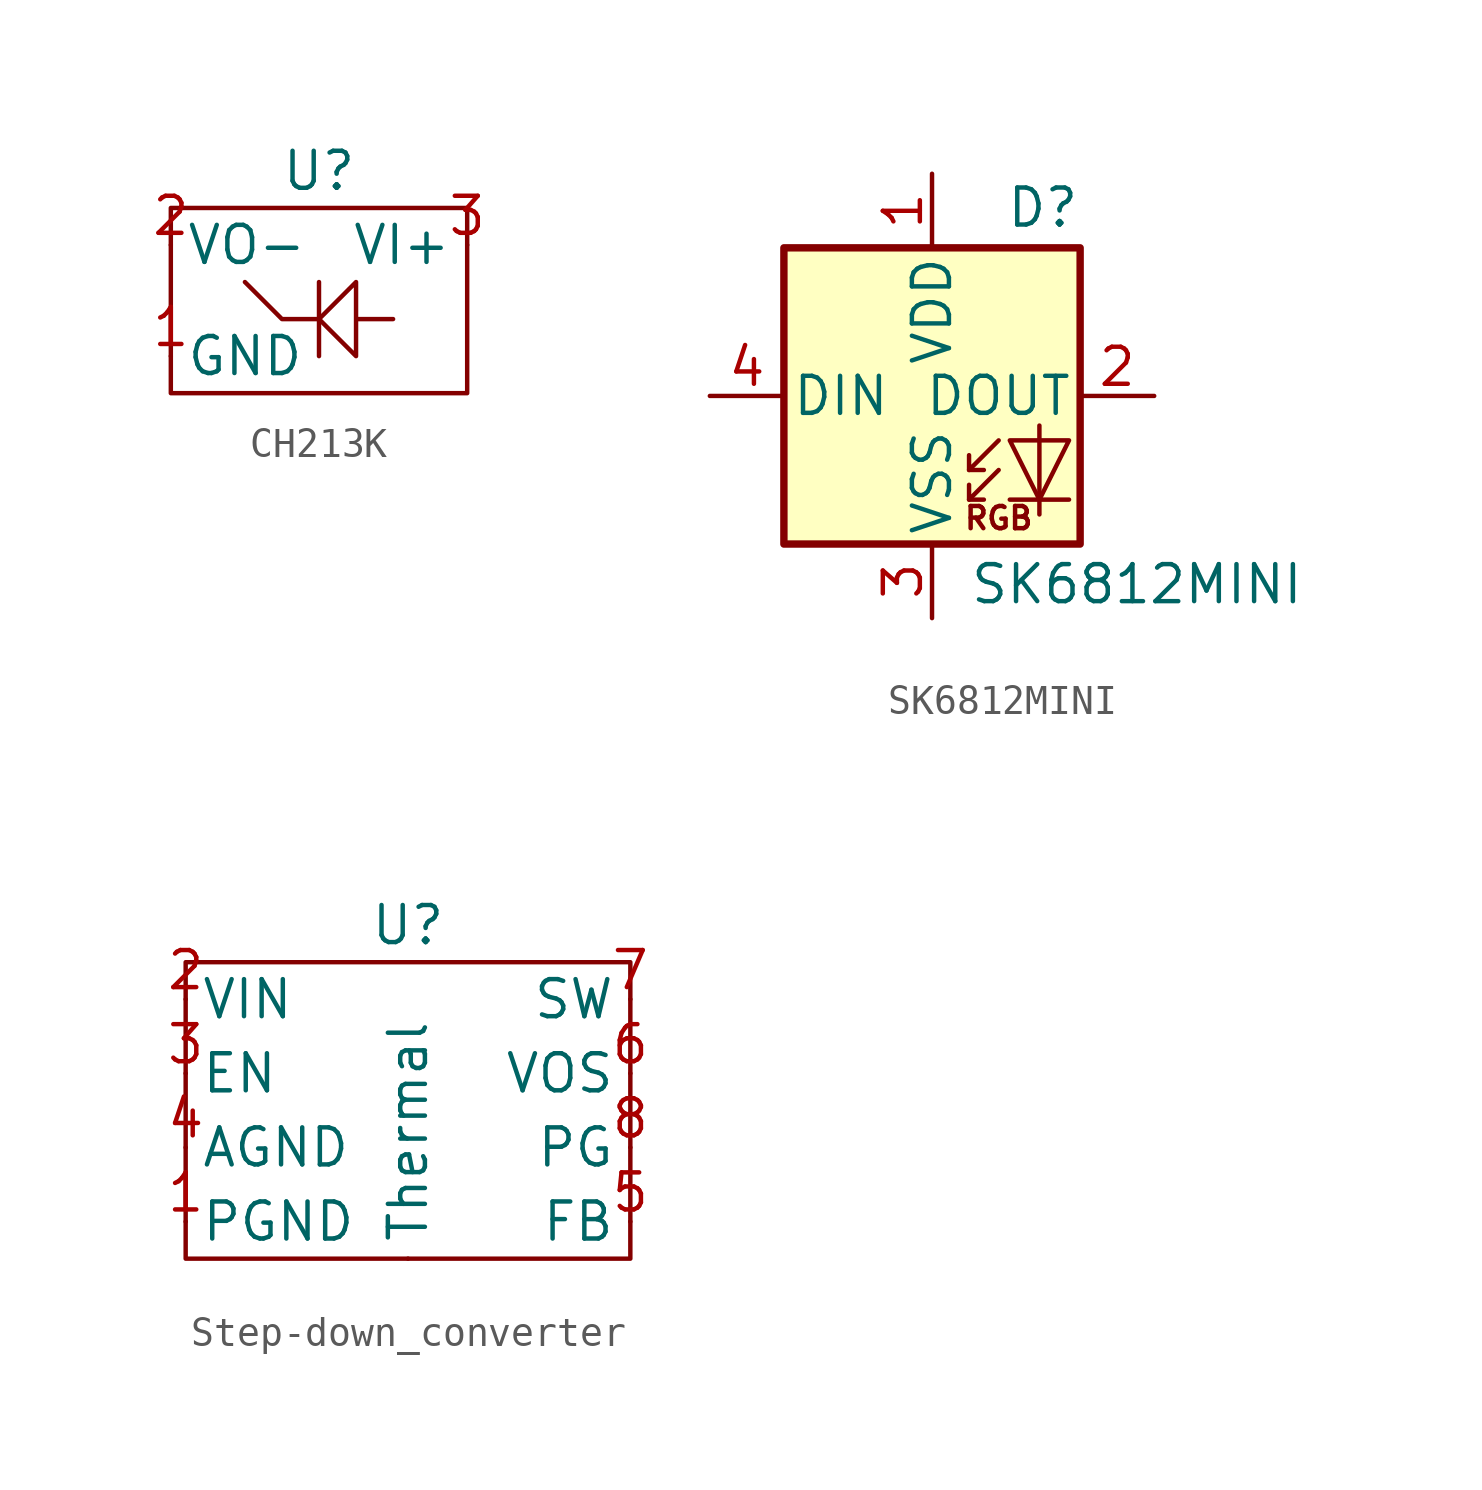
<source format=kicad_sym>
(kicad_symbol_lib
  (version 20231120)
  (generator "kicad_symbol_editor")
  (generator_version "8.0")
  (symbol "CH213K"
    (property "Reference" "U"
      (at 0 3.81 0)
      (effects (font (size 1.27 1.27))))
    (property "Value" ""
      (at 0 3.81 0)
      (effects (font (size 1.27 1.27))))
    (symbol "CH213K_0_1"
      (rectangle (start -5.08 2.54) (end 5.08 -3.81) (stroke (width 0) (type default)) (fill (type none)))
      (polyline (pts (xy 0 0) (xy 0 -2.54)) (stroke (width 0) (type default)) (fill (type none)))
      (polyline (pts (xy 0 -1.27) (xy -1.27 -1.27) (xy -2.54 0)) (stroke (width 0) (type default)) (fill (type none)))
      (polyline (pts (xy 2.54 -1.27) (xy 1.27 -1.27) (xy 1.27 0) (xy 0 -1.27) (xy 1.27 -2.54) (xy 1.27 -1.27)) (stroke (width 0) (type default)) (fill (type none))))
    (symbol "CH213K_1_1"
      (pin passive line (at -5.08 -2.54 0) (length 0) (name "GND" (effects (font (size 1.27 1.27)))) (number "1" (effects (font (size 1.27 1.27)))))
      (pin output line (at -5.08 1.27 0) (length 0) (name "VO-" (effects (font (size 1.27 1.27)))) (number "2" (effects (font (size 1.27 1.27)))))
      (pin input line (at 5.08 1.27 180) (length 0) (name "VI+" (effects (font (size 1.27 1.27)))) (number "3" (effects (font (size 1.27 1.27)))))))
  (symbol "SK6812MINI"
    (pin_names
      (offset 0.254))
    (property "Reference" "D"
      (at 5.08 5.715 0)
      (effects (font (size 1.27 1.27)) (justify right bottom)))
    (property "Value" "SK6812MINI"
      (at 1.27 -5.715 0)
      (effects (font (size 1.27 1.27)) (justify left top)))
    (symbol "SK6812MINI_0_0"
      (text "RGB" (at 2.286 -4.191 0) (effects (font (size 0.762 0.762)))))
    (symbol "SK6812MINI_0_1"
      (polyline (pts (xy 1.27 -3.556) (xy 1.778 -3.556)) (stroke (width 0) (type default)) (fill (type none)))
      (polyline (pts (xy 1.27 -2.54) (xy 1.778 -2.54)) (stroke (width 0) (type default)) (fill (type none)))
      (polyline (pts (xy 4.699 -3.556) (xy 2.667 -3.556)) (stroke (width 0) (type default)) (fill (type none)))
      (polyline (pts (xy 2.286 -2.54) (xy 1.27 -3.556) (xy 1.27 -3.048)) (stroke (width 0) (type default)) (fill (type none)))
      (polyline (pts (xy 2.286 -1.524) (xy 1.27 -2.54) (xy 1.27 -2.032)) (stroke (width 0) (type default)) (fill (type none)))
      (polyline (pts (xy 3.683 -1.016) (xy 3.683 -3.556) (xy 3.683 -4.064)) (stroke (width 0) (type default)) (fill (type none)))
      (polyline (pts (xy 4.699 -1.524) (xy 2.667 -1.524) (xy 3.683 -3.556) (xy 4.699 -1.524)) (stroke (width 0) (type default)) (fill (type none)))
      (rectangle (start 5.08 5.08) (end -5.08 -5.08) (stroke (width 0.254) (type default)) (fill (type background))))
    (symbol "SK6812MINI_1_1"
      (pin power_in line (at 0 7.62 270) (length 2.54) (name "VDD" (effects (font (size 1.27 1.27)))) (number "1" (effects (font (size 1.27 1.27)))))
      (pin output line (at 7.62 0 180) (length 2.54) (name "DOUT" (effects (font (size 1.27 1.27)))) (number "2" (effects (font (size 1.27 1.27)))))
      (pin power_in line (at 0 -7.62 90) (length 2.54) (name "VSS" (effects (font (size 1.27 1.27)))) (number "3" (effects (font (size 1.27 1.27)))))
      (pin input line (at -7.62 0 0) (length 2.54) (name "DIN" (effects (font (size 1.27 1.27)))) (number "4" (effects (font (size 1.27 1.27)))))))
  (symbol "Step-down_converter"
    (property "Reference" "U"
      (at 0 6.35 0)
      (effects (font (size 1.27 1.27))))
    (property "Value" ""
      (at 0 6.35 0)
      (effects (font (size 1.27 1.27))))
    (symbol "Step-down_converter_0_1"
      (rectangle (start -7.62 5.08) (end 7.62 -5.08) (stroke (width 0) (type default)) (fill (type none))))
    (symbol "Step-down_converter_1_1"
      (pin passive line (at 0 -5.08 90) (length 0) (name "Thermal" (effects (font (size 1.27 1.27)))) (number "" (effects (font (size 1.27 1.27)))))
      (pin passive line (at -7.62 -3.81 0) (length 0) (name "PGND" (effects (font (size 1.27 1.27)))) (number "1" (effects (font (size 1.27 1.27)))))
      (pin power_in line (at -7.62 3.81 0) (length 0) (name "VIN" (effects (font (size 1.27 1.27)))) (number "2" (effects (font (size 1.27 1.27)))))
      (pin input line (at -7.62 1.27 0) (length 0) (name "EN" (effects (font (size 1.27 1.27)))) (number "3" (effects (font (size 1.27 1.27)))))
      (pin passive line (at -7.62 -1.27 0) (length 0) (name "AGND" (effects (font (size 1.27 1.27)))) (number "4" (effects (font (size 1.27 1.27)))))
      (pin unspecified line (at 7.62 -3.81 180) (length 0) (name "FB" (effects (font (size 1.27 1.27)))) (number "5" (effects (font (size 1.27 1.27)))))
      (pin unspecified line (at 7.62 1.27 180) (length 0) (name "VOS" (effects (font (size 1.27 1.27)))) (number "6" (effects (font (size 1.27 1.27)))))
      (pin unspecified line (at 7.62 3.81 180) (length 0) (name "SW" (effects (font (size 1.27 1.27)))) (number "7" (effects (font (size 1.27 1.27)))))
      (pin unspecified line (at 7.62 -1.27 180) (length 0) (name "PG" (effects (font (size 1.27 1.27)))) (number "8" (effects (font (size 1.27 1.27))))))))
</source>
